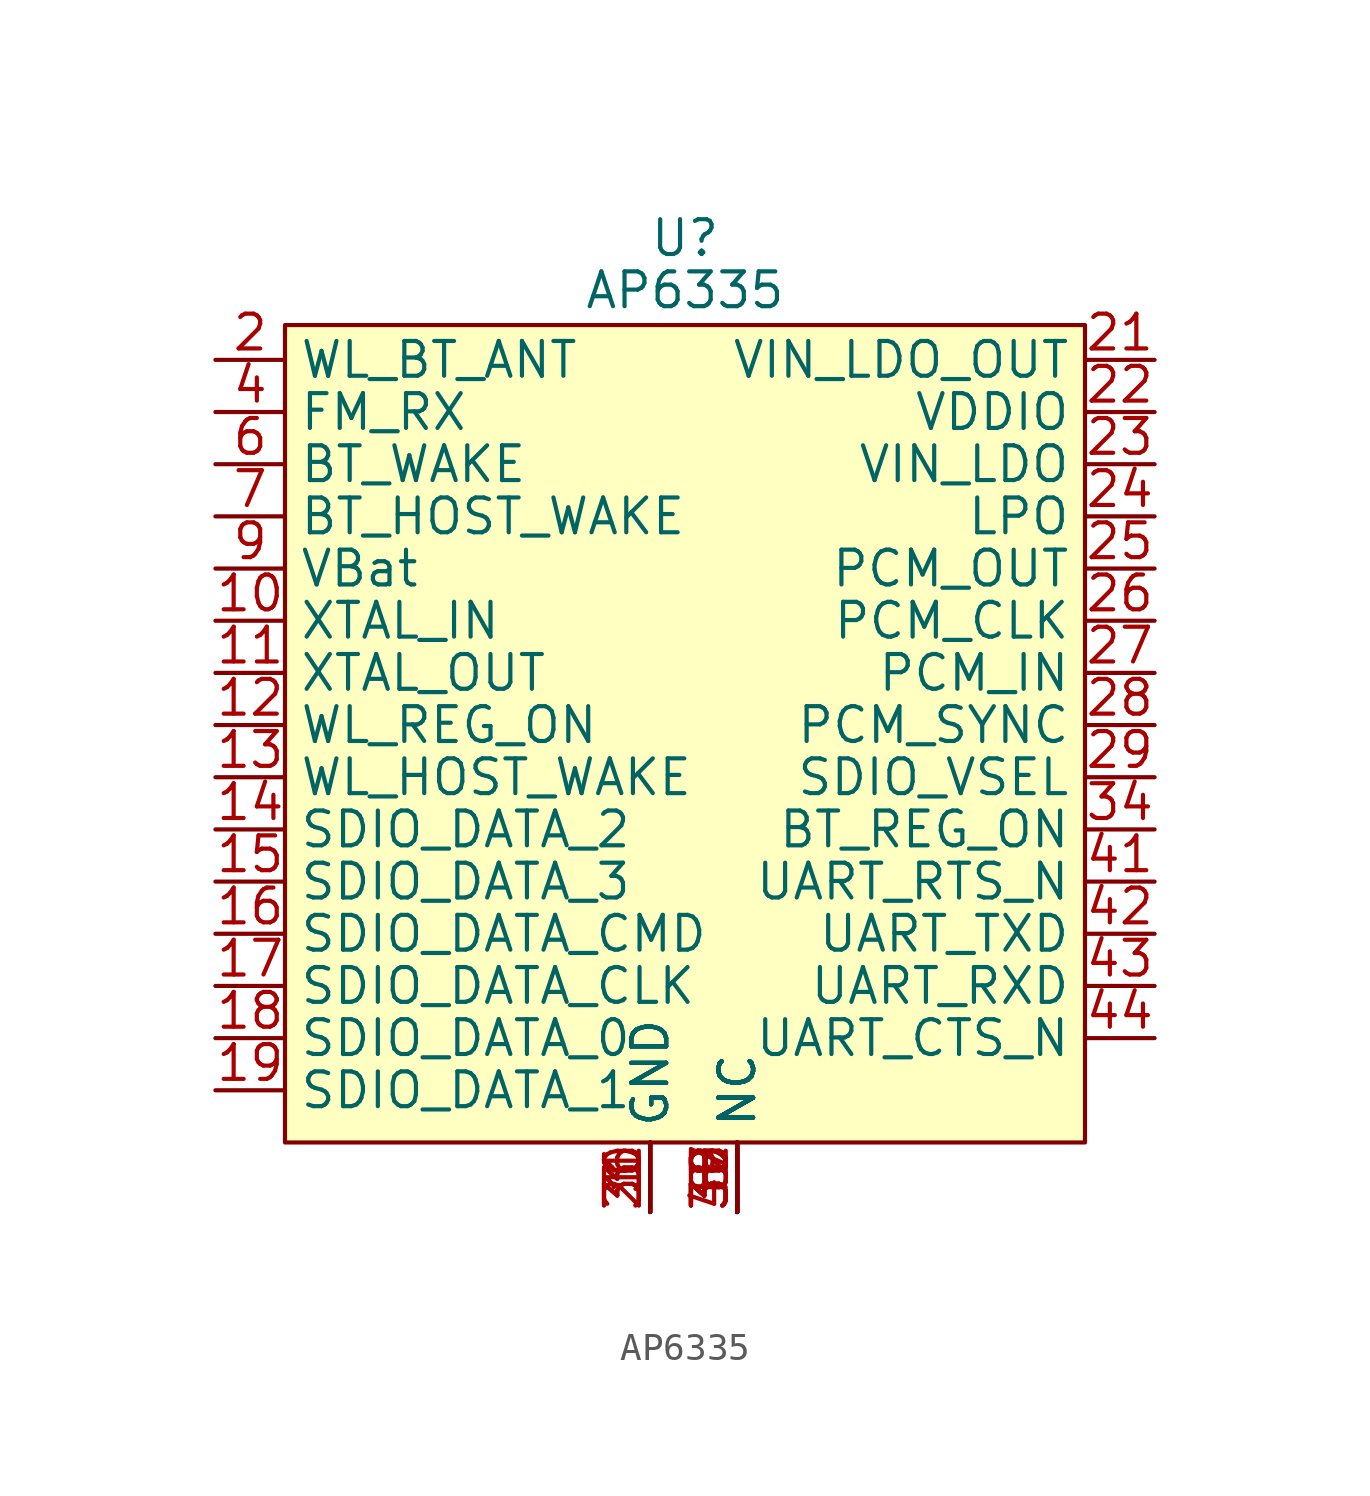
<source format=kicad_sym>
(kicad_symbol_lib
  (version 20220331)
  (generator kicad_symbol_editor)
  (symbol "AP6335"
    (property "Reference" "U"
      (at 0 1.27 0)
      (effects (font (size 1.27 1.27))))
    (property "Value" "AP6335"
      (at 0 -0.635 0)
      (effects (font (size 1.27 1.27))))
    (symbol "AP6335_0_1"
      (rectangle (start -14.605 -1.905) (end 14.605 -31.75) (stroke (width 0) (type default)) (fill (type background))))
    (symbol "AP6335_1_1"
      (pin input line (at -1.27 -34.29 90) (length 2.54) (name "GND" (effects (font (size 1.27 1.27)))) (number "1" (effects (font (size 1.27 1.27)))))
      (pin input line (at -17.145 -12.7 0) (length 2.54) (name "XTAL_IN" (effects (font (size 1.27 1.27)))) (number "10" (effects (font (size 1.27 1.27)))))
      (pin input line (at -17.145 -14.605 0) (length 2.54) (name "XTAL_OUT" (effects (font (size 1.27 1.27)))) (number "11" (effects (font (size 1.27 1.27)))))
      (pin input line (at -17.145 -16.51 0) (length 2.54) (name "WL_REG_ON" (effects (font (size 1.27 1.27)))) (number "12" (effects (font (size 1.27 1.27)))))
      (pin input line (at -17.145 -18.415 0) (length 2.54) (name "WL_HOST_WAKE" (effects (font (size 1.27 1.27)))) (number "13" (effects (font (size 1.27 1.27)))))
      (pin input line (at -17.145 -20.32 0) (length 2.54) (name "SDIO_DATA_2" (effects (font (size 1.27 1.27)))) (number "14" (effects (font (size 1.27 1.27)))))
      (pin input line (at -17.145 -22.225 0) (length 2.54) (name "SDIO_DATA_3" (effects (font (size 1.27 1.27)))) (number "15" (effects (font (size 1.27 1.27)))))
      (pin input line (at -17.145 -24.13 0) (length 2.54) (name "SDIO_DATA_CMD" (effects (font (size 1.27 1.27)))) (number "16" (effects (font (size 1.27 1.27)))))
      (pin input line (at -17.145 -26.035 0) (length 2.54) (name "SDIO_DATA_CLK" (effects (font (size 1.27 1.27)))) (number "17" (effects (font (size 1.27 1.27)))))
      (pin input line (at -17.145 -27.94 0) (length 2.54) (name "SDIO_DATA_0" (effects (font (size 1.27 1.27)))) (number "18" (effects (font (size 1.27 1.27)))))
      (pin input line (at -17.145 -29.845 0) (length 2.54) (name "SDIO_DATA_1" (effects (font (size 1.27 1.27)))) (number "19" (effects (font (size 1.27 1.27)))))
      (pin input line (at -17.145 -3.175 0) (length 2.54) (name "WL_BT_ANT" (effects (font (size 1.27 1.27)))) (number "2" (effects (font (size 1.27 1.27)))))
      (pin input line (at -1.27 -34.29 90) (length 2.54) (name "GND" (effects (font (size 1.27 1.27)))) (number "20" (effects (font (size 1.27 1.27)))))
      (pin input line (at 17.145 -3.175 180) (length 2.54) (name "VIN_LDO_OUT" (effects (font (size 1.27 1.27)))) (number "21" (effects (font (size 1.27 1.27)))))
      (pin input line (at 17.145 -5.08 180) (length 2.54) (name "VDDIO" (effects (font (size 1.27 1.27)))) (number "22" (effects (font (size 1.27 1.27)))))
      (pin input line (at 17.145 -6.985 180) (length 2.54) (name "VIN_LDO" (effects (font (size 1.27 1.27)))) (number "23" (effects (font (size 1.27 1.27)))))
      (pin input line (at 17.145 -8.89 180) (length 2.54) (name "LPO" (effects (font (size 1.27 1.27)))) (number "24" (effects (font (size 1.27 1.27)))))
      (pin input line (at 17.145 -10.795 180) (length 2.54) (name "PCM_OUT" (effects (font (size 1.27 1.27)))) (number "25" (effects (font (size 1.27 1.27)))))
      (pin input line (at 17.145 -12.7 180) (length 2.54) (name "PCM_CLK" (effects (font (size 1.27 1.27)))) (number "26" (effects (font (size 1.27 1.27)))))
      (pin input line (at 17.145 -14.605 180) (length 2.54) (name "PCM_IN" (effects (font (size 1.27 1.27)))) (number "27" (effects (font (size 1.27 1.27)))))
      (pin input line (at 17.145 -16.51 180) (length 2.54) (name "PCM_SYNC" (effects (font (size 1.27 1.27)))) (number "28" (effects (font (size 1.27 1.27)))))
      (pin input line (at 17.145 -18.415 180) (length 2.54) (name "SDIO_VSEL" (effects (font (size 1.27 1.27)))) (number "29" (effects (font (size 1.27 1.27)))))
      (pin input line (at -1.27 -34.29 90) (length 2.54) (name "GND" (effects (font (size 1.27 1.27)))) (number "3" (effects (font (size 1.27 1.27)))))
      (pin input line (at 1.905 -34.29 90) (length 2.54) (name "NC" (effects (font (size 1.27 1.27)))) (number "30" (effects (font (size 1.27 1.27)))))
      (pin input line (at -1.27 -34.29 90) (length 2.54) (name "GND" (effects (font (size 1.27 1.27)))) (number "31" (effects (font (size 1.27 1.27)))))
      (pin input line (at 1.905 -34.29 90) (length 2.54) (name "NC" (effects (font (size 1.27 1.27)))) (number "32" (effects (font (size 1.27 1.27)))))
      (pin input line (at 17.145 -20.32 180) (length 2.54) (name "BT_REG_ON" (effects (font (size 1.27 1.27)))) (number "34" (effects (font (size 1.27 1.27)))))
      (pin input line (at 1.905 -34.29 90) (length 2.54) (name "NC" (effects (font (size 1.27 1.27)))) (number "35" (effects (font (size 1.27 1.27)))))
      (pin input line (at -1.27 -34.29 90) (length 2.54) (name "GND" (effects (font (size 1.27 1.27)))) (number "36" (effects (font (size 1.27 1.27)))))
      (pin input line (at 1.905 -34.29 90) (length 2.54) (name "NC" (effects (font (size 1.27 1.27)))) (number "37" (effects (font (size 1.27 1.27)))))
      (pin input line (at 1.905 -34.29 90) (length 2.54) (name "NC" (effects (font (size 1.27 1.27)))) (number "38" (effects (font (size 1.27 1.27)))))
      (pin input line (at 1.905 -34.29 90) (length 2.54) (name "NC" (effects (font (size 1.27 1.27)))) (number "39" (effects (font (size 1.27 1.27)))))
      (pin input line (at -17.145 -5.08 0) (length 2.54) (name "FM_RX" (effects (font (size 1.27 1.27)))) (number "4" (effects (font (size 1.27 1.27)))))
      (pin input line (at 1.905 -34.29 90) (length 2.54) (name "NC" (effects (font (size 1.27 1.27)))) (number "40" (effects (font (size 1.27 1.27)))))
      (pin input line (at 17.145 -22.225 180) (length 2.54) (name "UART_RTS_N" (effects (font (size 1.27 1.27)))) (number "41" (effects (font (size 1.27 1.27)))))
      (pin input line (at 17.145 -24.13 180) (length 2.54) (name "UART_TXD" (effects (font (size 1.27 1.27)))) (number "42" (effects (font (size 1.27 1.27)))))
      (pin input line (at 17.145 -26.035 180) (length 2.54) (name "UART_RXD" (effects (font (size 1.27 1.27)))) (number "43" (effects (font (size 1.27 1.27)))))
      (pin input line (at 17.145 -27.94 180) (length 2.54) (name "UART_CTS_N" (effects (font (size 1.27 1.27)))) (number "44" (effects (font (size 1.27 1.27)))))
      (pin input line (at 1.905 -34.29 90) (length 2.54) (name "NC" (effects (font (size 1.27 1.27)))) (number "5" (effects (font (size 1.27 1.27)))))
      (pin input line (at -17.145 -6.985 0) (length 2.54) (name "BT_WAKE" (effects (font (size 1.27 1.27)))) (number "6" (effects (font (size 1.27 1.27)))))
      (pin input line (at -17.145 -8.89 0) (length 2.54) (name "BT_HOST_WAKE" (effects (font (size 1.27 1.27)))) (number "7" (effects (font (size 1.27 1.27)))))
      (pin input line (at 1.905 -34.29 90) (length 2.54) (name "NC" (effects (font (size 1.27 1.27)))) (number "8" (effects (font (size 1.27 1.27)))))
      (pin input line (at -17.145 -10.795 0) (length 2.54) (name "VBat" (effects (font (size 1.27 1.27)))) (number "9" (effects (font (size 1.27 1.27))))))))
</source>
